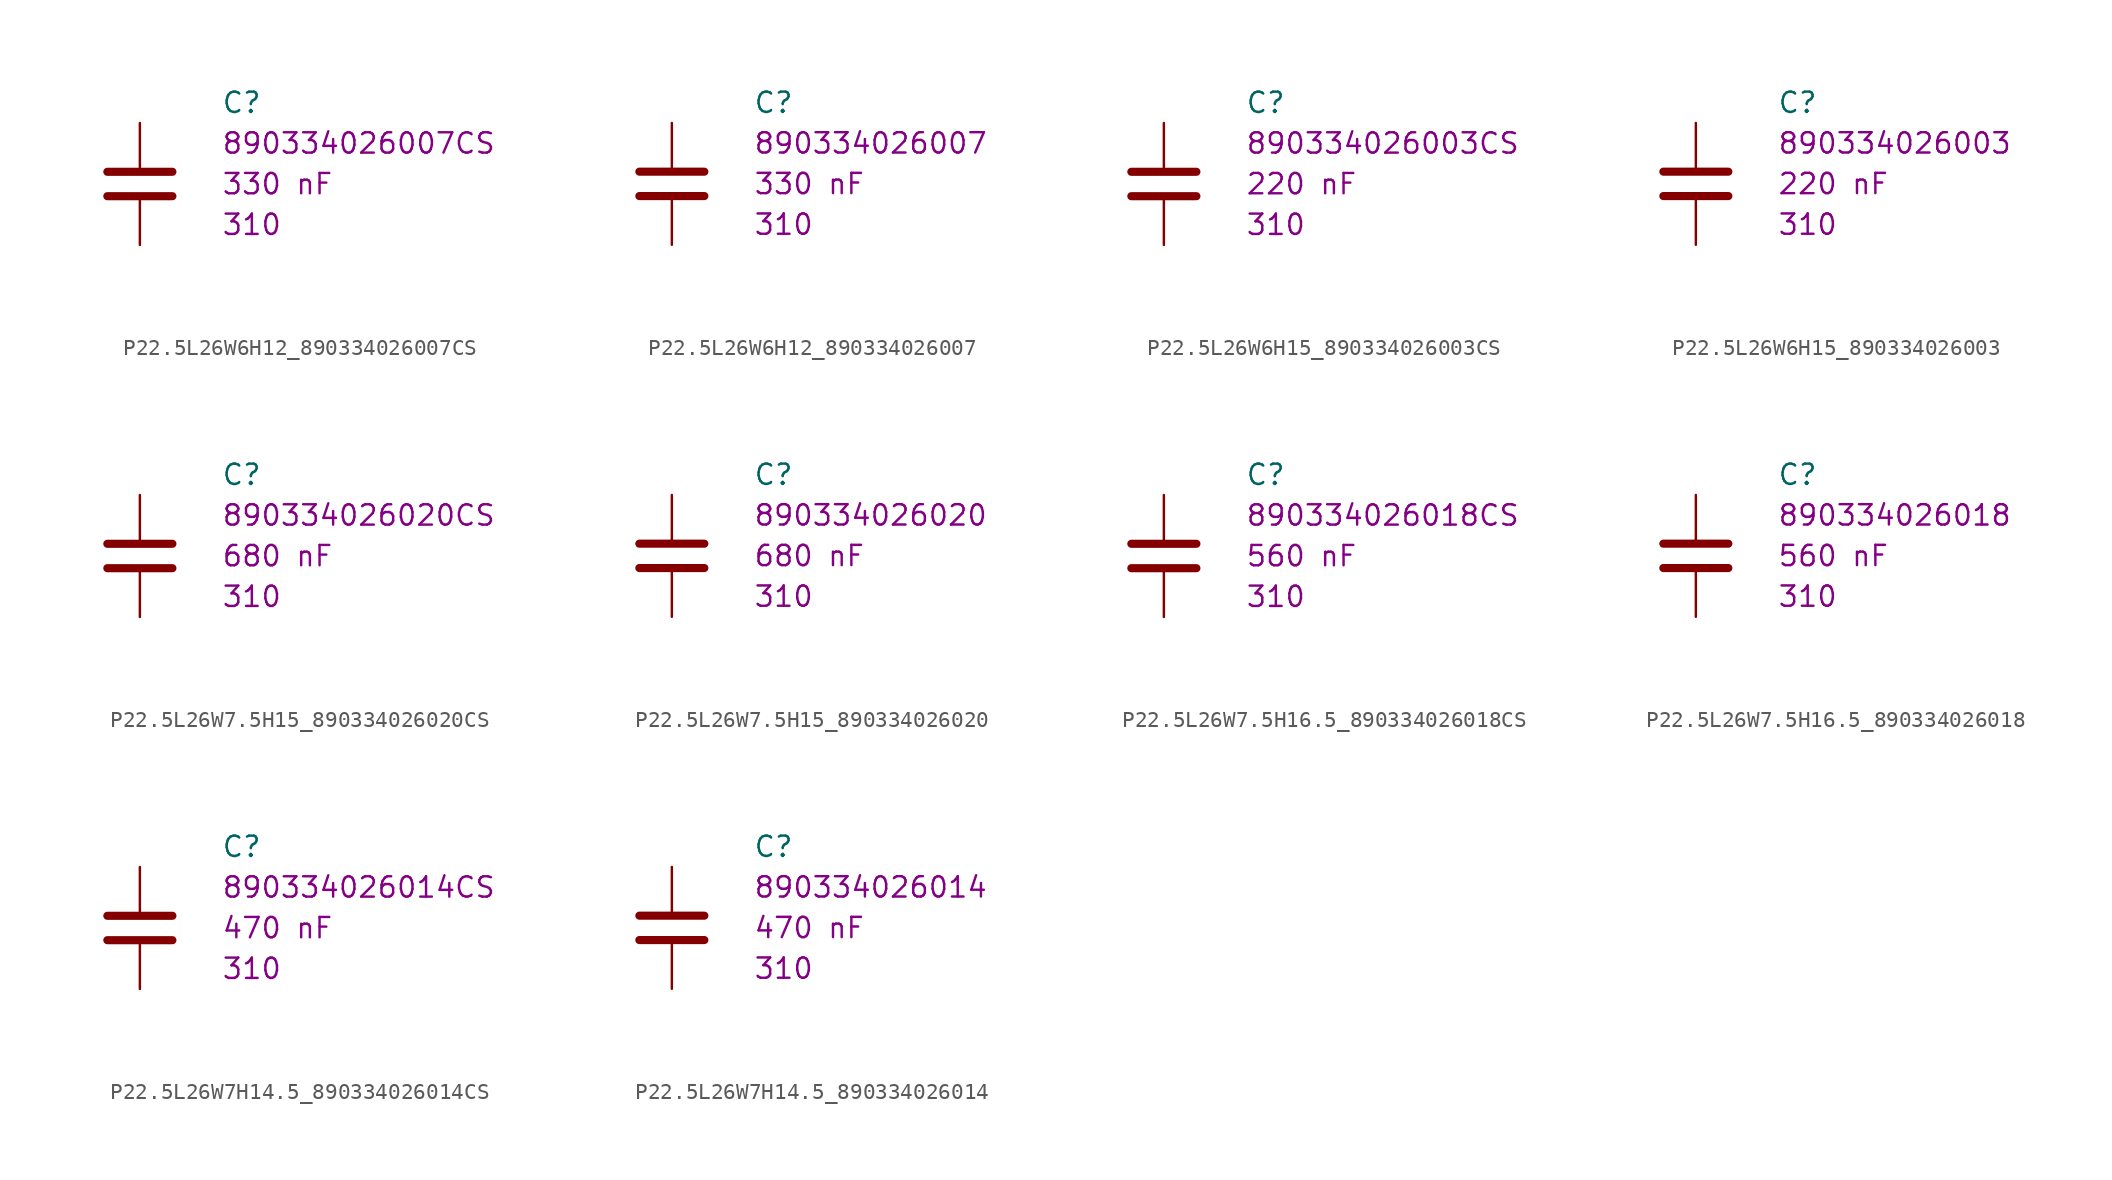
<source format=kicad_sym>
(kicad_symbol_lib
  (version 20220914)
  (generator kicad_symbol_editor)
  (symbol "P22.5L26W6H12_890334026007CS"
    (pin_numbers hide)
    (pin_names hide)
    (property "Reference" "C"
      (at 5.08 5.08 0)
      (effects (font (size 1.27 1.27)) (justify left)))
    (property "Part Number" "890334026007CS"
      (at 5.08 2.54 0)
      (effects (font (size 1.27 1.27)) (justify left)))
    (property "Capacitance" "330 nF"
      (at 5.08 0 0)
      (effects (font (size 1.27 1.27)) (justify left)))
    (property "Voltage" "310"
      (at 5.08 -2.54 0)
      (effects (font (size 1.27 1.27)) (justify left)))
    (property "Critical Parameter" ""
      (at 0 -7.62 0)
      (effects (font (size 1.27 1.27))))
    (symbol "P22.5L26W6H12_890334026007CS_0_1"
      (polyline (pts (xy -2.032 -0.762) (xy 2.032 -0.762)) (stroke (width 0.508) (type default)) (fill (type none)))
      (polyline (pts (xy -2.032 0.762) (xy 2.032 0.762)) (stroke (width 0.508) (type default)) (fill (type none))))
    (symbol "P22.5L26W6H12_890334026007CS_1_1"
      (pin passive line (at 0 3.81 270) (length 2.794) (name "1" (effects (font (size 1.27 1.27)))) (number "1" (effects (font (size 1.27 1.27)))))
      (pin passive line (at 0 -3.81 90) (length 2.794) (name "2" (effects (font (size 1.27 1.27)))) (number "2" (effects (font (size 1.27 1.27)))))))
  (symbol "P22.5L26W6H12_890334026007"
    (pin_numbers hide)
    (pin_names hide)
    (property "Reference" "C"
      (at 5.08 5.08 0)
      (effects (font (size 1.27 1.27)) (justify left)))
    (property "Part Number" "890334026007"
      (at 5.08 2.54 0)
      (effects (font (size 1.27 1.27)) (justify left)))
    (property "Capacitance" "330 nF"
      (at 5.08 0 0)
      (effects (font (size 1.27 1.27)) (justify left)))
    (property "Voltage" "310"
      (at 5.08 -2.54 0)
      (effects (font (size 1.27 1.27)) (justify left)))
    (property "Critical Parameter" ""
      (at 0 -7.62 0)
      (effects (font (size 1.27 1.27))))
    (symbol "P22.5L26W6H12_890334026007_0_1"
      (polyline (pts (xy -2.032 -0.762) (xy 2.032 -0.762)) (stroke (width 0.508) (type default)) (fill (type none)))
      (polyline (pts (xy -2.032 0.762) (xy 2.032 0.762)) (stroke (width 0.508) (type default)) (fill (type none))))
    (symbol "P22.5L26W6H12_890334026007_1_1"
      (pin passive line (at 0 3.81 270) (length 2.794) (name "1" (effects (font (size 1.27 1.27)))) (number "1" (effects (font (size 1.27 1.27)))))
      (pin passive line (at 0 -3.81 90) (length 2.794) (name "2" (effects (font (size 1.27 1.27)))) (number "2" (effects (font (size 1.27 1.27)))))))
  (symbol "P22.5L26W6H15_890334026003CS"
    (pin_numbers hide)
    (pin_names hide)
    (property "Reference" "C"
      (at 5.08 5.08 0)
      (effects (font (size 1.27 1.27)) (justify left)))
    (property "Part Number" "890334026003CS"
      (at 5.08 2.54 0)
      (effects (font (size 1.27 1.27)) (justify left)))
    (property "Capacitance" "220 nF"
      (at 5.08 0 0)
      (effects (font (size 1.27 1.27)) (justify left)))
    (property "Voltage" "310"
      (at 5.08 -2.54 0)
      (effects (font (size 1.27 1.27)) (justify left)))
    (property "Critical Parameter" ""
      (at 0 -7.62 0)
      (effects (font (size 1.27 1.27))))
    (symbol "P22.5L26W6H15_890334026003CS_0_1"
      (polyline (pts (xy -2.032 -0.762) (xy 2.032 -0.762)) (stroke (width 0.508) (type default)) (fill (type none)))
      (polyline (pts (xy -2.032 0.762) (xy 2.032 0.762)) (stroke (width 0.508) (type default)) (fill (type none))))
    (symbol "P22.5L26W6H15_890334026003CS_1_1"
      (pin passive line (at 0 3.81 270) (length 2.794) (name "1" (effects (font (size 1.27 1.27)))) (number "1" (effects (font (size 1.27 1.27)))))
      (pin passive line (at 0 -3.81 90) (length 2.794) (name "2" (effects (font (size 1.27 1.27)))) (number "2" (effects (font (size 1.27 1.27)))))))
  (symbol "P22.5L26W6H15_890334026003"
    (pin_numbers hide)
    (pin_names hide)
    (property "Reference" "C"
      (at 5.08 5.08 0)
      (effects (font (size 1.27 1.27)) (justify left)))
    (property "Part Number" "890334026003"
      (at 5.08 2.54 0)
      (effects (font (size 1.27 1.27)) (justify left)))
    (property "Capacitance" "220 nF"
      (at 5.08 0 0)
      (effects (font (size 1.27 1.27)) (justify left)))
    (property "Voltage" "310"
      (at 5.08 -2.54 0)
      (effects (font (size 1.27 1.27)) (justify left)))
    (property "Critical Parameter" ""
      (at 0 -7.62 0)
      (effects (font (size 1.27 1.27))))
    (symbol "P22.5L26W6H15_890334026003_0_1"
      (polyline (pts (xy -2.032 -0.762) (xy 2.032 -0.762)) (stroke (width 0.508) (type default)) (fill (type none)))
      (polyline (pts (xy -2.032 0.762) (xy 2.032 0.762)) (stroke (width 0.508) (type default)) (fill (type none))))
    (symbol "P22.5L26W6H15_890334026003_1_1"
      (pin passive line (at 0 3.81 270) (length 2.794) (name "1" (effects (font (size 1.27 1.27)))) (number "1" (effects (font (size 1.27 1.27)))))
      (pin passive line (at 0 -3.81 90) (length 2.794) (name "2" (effects (font (size 1.27 1.27)))) (number "2" (effects (font (size 1.27 1.27)))))))
  (symbol "P22.5L26W7.5H15_890334026020CS"
    (pin_numbers hide)
    (pin_names hide)
    (property "Reference" "C"
      (at 5.08 5.08 0)
      (effects (font (size 1.27 1.27)) (justify left)))
    (property "Part Number" "890334026020CS"
      (at 5.08 2.54 0)
      (effects (font (size 1.27 1.27)) (justify left)))
    (property "Capacitance" "680 nF"
      (at 5.08 0 0)
      (effects (font (size 1.27 1.27)) (justify left)))
    (property "Voltage" "310"
      (at 5.08 -2.54 0)
      (effects (font (size 1.27 1.27)) (justify left)))
    (property "Critical Parameter" ""
      (at 0 -7.62 0)
      (effects (font (size 1.27 1.27))))
    (symbol "P22.5L26W7.5H15_890334026020CS_0_1"
      (polyline (pts (xy -2.032 -0.762) (xy 2.032 -0.762)) (stroke (width 0.508) (type default)) (fill (type none)))
      (polyline (pts (xy -2.032 0.762) (xy 2.032 0.762)) (stroke (width 0.508) (type default)) (fill (type none))))
    (symbol "P22.5L26W7.5H15_890334026020CS_1_1"
      (pin passive line (at 0 3.81 270) (length 2.794) (name "1" (effects (font (size 1.27 1.27)))) (number "1" (effects (font (size 1.27 1.27)))))
      (pin passive line (at 0 -3.81 90) (length 2.794) (name "2" (effects (font (size 1.27 1.27)))) (number "2" (effects (font (size 1.27 1.27)))))))
  (symbol "P22.5L26W7.5H15_890334026020"
    (pin_numbers hide)
    (pin_names hide)
    (property "Reference" "C"
      (at 5.08 5.08 0)
      (effects (font (size 1.27 1.27)) (justify left)))
    (property "Part Number" "890334026020"
      (at 5.08 2.54 0)
      (effects (font (size 1.27 1.27)) (justify left)))
    (property "Capacitance" "680 nF"
      (at 5.08 0 0)
      (effects (font (size 1.27 1.27)) (justify left)))
    (property "Voltage" "310"
      (at 5.08 -2.54 0)
      (effects (font (size 1.27 1.27)) (justify left)))
    (property "Critical Parameter" ""
      (at 0 -7.62 0)
      (effects (font (size 1.27 1.27))))
    (symbol "P22.5L26W7.5H15_890334026020_0_1"
      (polyline (pts (xy -2.032 -0.762) (xy 2.032 -0.762)) (stroke (width 0.508) (type default)) (fill (type none)))
      (polyline (pts (xy -2.032 0.762) (xy 2.032 0.762)) (stroke (width 0.508) (type default)) (fill (type none))))
    (symbol "P22.5L26W7.5H15_890334026020_1_1"
      (pin passive line (at 0 3.81 270) (length 2.794) (name "1" (effects (font (size 1.27 1.27)))) (number "1" (effects (font (size 1.27 1.27)))))
      (pin passive line (at 0 -3.81 90) (length 2.794) (name "2" (effects (font (size 1.27 1.27)))) (number "2" (effects (font (size 1.27 1.27)))))))
  (symbol "P22.5L26W7.5H16.5_890334026018CS"
    (pin_numbers hide)
    (pin_names hide)
    (property "Reference" "C"
      (at 5.08 5.08 0)
      (effects (font (size 1.27 1.27)) (justify left)))
    (property "Part Number" "890334026018CS"
      (at 5.08 2.54 0)
      (effects (font (size 1.27 1.27)) (justify left)))
    (property "Capacitance" "560 nF"
      (at 5.08 0 0)
      (effects (font (size 1.27 1.27)) (justify left)))
    (property "Voltage" "310"
      (at 5.08 -2.54 0)
      (effects (font (size 1.27 1.27)) (justify left)))
    (property "Critical Parameter" ""
      (at 0 -7.62 0)
      (effects (font (size 1.27 1.27))))
    (symbol "P22.5L26W7.5H16.5_890334026018CS_0_1"
      (polyline (pts (xy -2.032 -0.762) (xy 2.032 -0.762)) (stroke (width 0.508) (type default)) (fill (type none)))
      (polyline (pts (xy -2.032 0.762) (xy 2.032 0.762)) (stroke (width 0.508) (type default)) (fill (type none))))
    (symbol "P22.5L26W7.5H16.5_890334026018CS_1_1"
      (pin passive line (at 0 3.81 270) (length 2.794) (name "1" (effects (font (size 1.27 1.27)))) (number "1" (effects (font (size 1.27 1.27)))))
      (pin passive line (at 0 -3.81 90) (length 2.794) (name "2" (effects (font (size 1.27 1.27)))) (number "2" (effects (font (size 1.27 1.27)))))))
  (symbol "P22.5L26W7.5H16.5_890334026018"
    (pin_numbers hide)
    (pin_names hide)
    (property "Reference" "C"
      (at 5.08 5.08 0)
      (effects (font (size 1.27 1.27)) (justify left)))
    (property "Part Number" "890334026018"
      (at 5.08 2.54 0)
      (effects (font (size 1.27 1.27)) (justify left)))
    (property "Capacitance" "560 nF"
      (at 5.08 0 0)
      (effects (font (size 1.27 1.27)) (justify left)))
    (property "Voltage" "310"
      (at 5.08 -2.54 0)
      (effects (font (size 1.27 1.27)) (justify left)))
    (property "Critical Parameter" ""
      (at 0 -7.62 0)
      (effects (font (size 1.27 1.27))))
    (symbol "P22.5L26W7.5H16.5_890334026018_0_1"
      (polyline (pts (xy -2.032 -0.762) (xy 2.032 -0.762)) (stroke (width 0.508) (type default)) (fill (type none)))
      (polyline (pts (xy -2.032 0.762) (xy 2.032 0.762)) (stroke (width 0.508) (type default)) (fill (type none))))
    (symbol "P22.5L26W7.5H16.5_890334026018_1_1"
      (pin passive line (at 0 3.81 270) (length 2.794) (name "1" (effects (font (size 1.27 1.27)))) (number "1" (effects (font (size 1.27 1.27)))))
      (pin passive line (at 0 -3.81 90) (length 2.794) (name "2" (effects (font (size 1.27 1.27)))) (number "2" (effects (font (size 1.27 1.27)))))))
  (symbol "P22.5L26W7H14.5_890334026014CS"
    (pin_numbers hide)
    (pin_names hide)
    (property "Reference" "C"
      (at 5.08 5.08 0)
      (effects (font (size 1.27 1.27)) (justify left)))
    (property "Part Number" "890334026014CS"
      (at 5.08 2.54 0)
      (effects (font (size 1.27 1.27)) (justify left)))
    (property "Capacitance" "470 nF"
      (at 5.08 0 0)
      (effects (font (size 1.27 1.27)) (justify left)))
    (property "Voltage" "310"
      (at 5.08 -2.54 0)
      (effects (font (size 1.27 1.27)) (justify left)))
    (property "Critical Parameter" ""
      (at 0 -7.62 0)
      (effects (font (size 1.27 1.27))))
    (symbol "P22.5L26W7H14.5_890334026014CS_0_1"
      (polyline (pts (xy -2.032 -0.762) (xy 2.032 -0.762)) (stroke (width 0.508) (type default)) (fill (type none)))
      (polyline (pts (xy -2.032 0.762) (xy 2.032 0.762)) (stroke (width 0.508) (type default)) (fill (type none))))
    (symbol "P22.5L26W7H14.5_890334026014CS_1_1"
      (pin passive line (at 0 3.81 270) (length 2.794) (name "1" (effects (font (size 1.27 1.27)))) (number "1" (effects (font (size 1.27 1.27)))))
      (pin passive line (at 0 -3.81 90) (length 2.794) (name "2" (effects (font (size 1.27 1.27)))) (number "2" (effects (font (size 1.27 1.27)))))))
  (symbol "P22.5L26W7H14.5_890334026014"
    (pin_numbers hide)
    (pin_names hide)
    (property "Reference" "C"
      (at 5.08 5.08 0)
      (effects (font (size 1.27 1.27)) (justify left)))
    (property "Part Number" "890334026014"
      (at 5.08 2.54 0)
      (effects (font (size 1.27 1.27)) (justify left)))
    (property "Capacitance" "470 nF"
      (at 5.08 0 0)
      (effects (font (size 1.27 1.27)) (justify left)))
    (property "Voltage" "310"
      (at 5.08 -2.54 0)
      (effects (font (size 1.27 1.27)) (justify left)))
    (property "Critical Parameter" ""
      (at 0 -7.62 0)
      (effects (font (size 1.27 1.27))))
    (symbol "P22.5L26W7H14.5_890334026014_0_1"
      (polyline (pts (xy -2.032 -0.762) (xy 2.032 -0.762)) (stroke (width 0.508) (type default)) (fill (type none)))
      (polyline (pts (xy -2.032 0.762) (xy 2.032 0.762)) (stroke (width 0.508) (type default)) (fill (type none))))
    (symbol "P22.5L26W7H14.5_890334026014_1_1"
      (pin passive line (at 0 3.81 270) (length 2.794) (name "1" (effects (font (size 1.27 1.27)))) (number "1" (effects (font (size 1.27 1.27)))))
      (pin passive line (at 0 -3.81 90) (length 2.794) (name "2" (effects (font (size 1.27 1.27)))) (number "2" (effects (font (size 1.27 1.27))))))))
</source>
